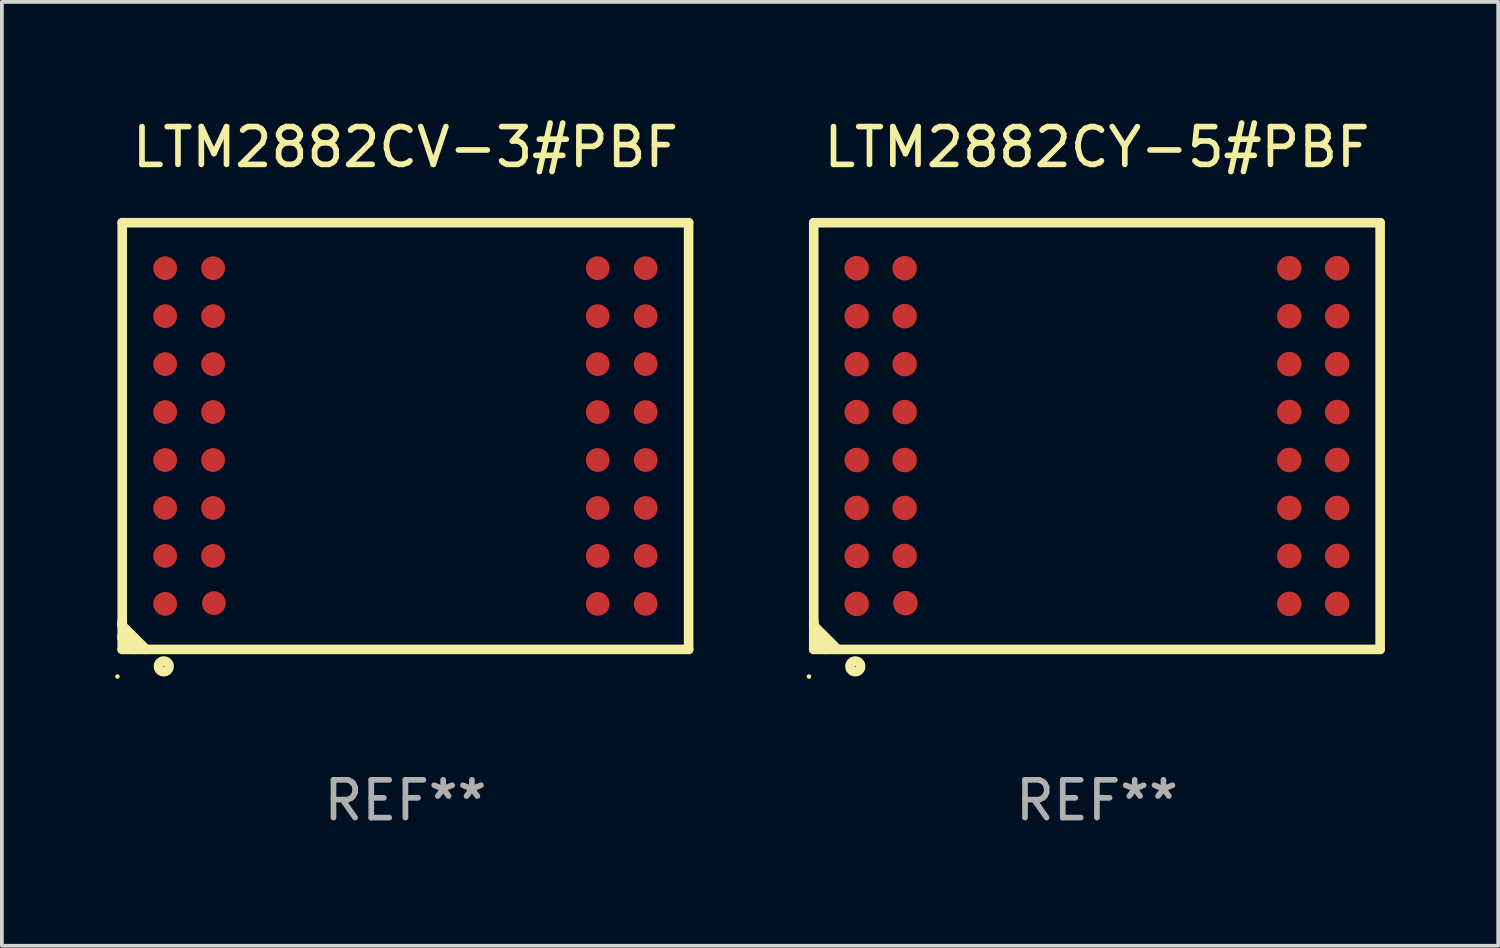
<source format=kicad_pcb>
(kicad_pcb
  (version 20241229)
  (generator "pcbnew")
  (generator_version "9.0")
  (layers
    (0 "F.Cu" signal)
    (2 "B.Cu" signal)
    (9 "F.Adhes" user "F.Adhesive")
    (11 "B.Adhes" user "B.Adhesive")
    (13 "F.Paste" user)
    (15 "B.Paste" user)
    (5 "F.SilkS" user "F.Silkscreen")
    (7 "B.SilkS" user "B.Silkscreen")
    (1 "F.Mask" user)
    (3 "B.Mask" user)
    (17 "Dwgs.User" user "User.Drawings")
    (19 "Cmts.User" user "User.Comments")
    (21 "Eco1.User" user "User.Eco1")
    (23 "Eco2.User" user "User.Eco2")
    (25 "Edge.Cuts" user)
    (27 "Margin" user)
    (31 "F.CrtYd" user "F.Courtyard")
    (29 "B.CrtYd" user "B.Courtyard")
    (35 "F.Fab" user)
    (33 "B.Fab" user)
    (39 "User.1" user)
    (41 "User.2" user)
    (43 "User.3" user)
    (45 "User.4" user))
  (footprint "LTM2882CV-3#PBF"
    (layer "F.Cu")
    (at 7.687 8.498)
    (property "Reference" "LTM2882CV-3#PBF" (at 0 -7.65 0) (layer "F.SilkS") (effects (font (size 1 1) (thickness 0.15))))
    (attr through_hole)
    (fp_line (start -7.5 -5.65) (end -7.5 5.65) (stroke (width 0.254) (type solid)) (layer "F.SilkS"))
    (fp_line (start -7.5 -5.65) (end 7.5 -5.65) (stroke (width 0.254) (type solid)) (layer "F.SilkS"))
    (fp_line (start -7.5 4.911) (end -7.5 5.02) (stroke (width 0.254) (type solid)) (layer "F.SilkS"))
    (fp_line (start -7.5 5.02) (end -6.87 5.65) (stroke (width 0.254) (type solid)) (layer "F.SilkS"))
    (fp_line (start -7.5 5.286) (end -7.5 5.347) (stroke (width 0.254) (type solid)) (layer "F.SilkS"))
    (fp_line (start -7.5 5.347) (end -7.197 5.65) (stroke (width 0.254) (type solid)) (layer "F.SilkS"))
    (fp_line (start -7.5 5.65) (end 7.5 5.65) (stroke (width 0.254) (type solid)) (layer "F.SilkS"))
    (fp_line (start 7.5 -5.65) (end 7.5 5.65) (stroke (width 0.254) (type solid)) (layer "F.SilkS"))
    (fp_circle (center -7.627 6.369) (end -7.597 6.369) (stroke (width 0.06) (type solid)) (fill no) (layer "F.SilkS"))
    (fp_circle (center -6.4 6.1) (end -6.259 6.1) (stroke (width 0.254) (type solid)) (fill no) (layer "F.SilkS"))
    (fp_text user "REF**" (at 0 9.65 0) (layer "F.Fab") (effects (font (size 1 1) (thickness 0.15))))
    (pad "A1" smd circle (at -6.363 4.445) (size 0.63 0.63) (layers "F.Cu" "F.Mask" "F.Paste"))
    (pad "A2" smd circle (at -6.363 3.175) (size 0.63 0.63) (layers "F.Cu" "F.Mask" "F.Paste"))
    (pad "A3" smd circle (at -6.363 1.905) (size 0.63 0.63) (layers "F.Cu" "F.Mask" "F.Paste"))
    (pad "A4" smd circle (at -6.363 0.635) (size 0.63 0.63) (layers "F.Cu" "F.Mask" "F.Paste"))
    (pad "A5" smd circle (at -6.363 -0.635) (size 0.63 0.63) (layers "F.Cu" "F.Mask" "F.Paste"))
    (pad "A6" smd circle (at -6.363 -1.905) (size 0.63 0.63) (layers "F.Cu" "F.Mask" "F.Paste"))
    (pad "A7" smd circle (at -6.363 -3.175) (size 0.63 0.63) (layers "F.Cu" "F.Mask" "F.Paste"))
    (pad "A8" smd circle (at -6.363 -4.445) (size 0.63 0.63) (layers "F.Cu" "F.Mask" "F.Paste"))
    (pad "B1" smd circle (at -5.072 4.425) (size 0.63 0.63) (layers "F.Cu" "F.Mask" "F.Paste"))
    (pad "B2" smd circle (at -5.093 3.175) (size 0.63 0.63) (layers "F.Cu" "F.Mask" "F.Paste"))
    (pad "B3" smd circle (at -5.093 1.905) (size 0.63 0.63) (layers "F.Cu" "F.Mask" "F.Paste"))
    (pad "B4" smd circle (at -5.093 0.635) (size 0.63 0.63) (layers "F.Cu" "F.Mask" "F.Paste"))
    (pad "B5" smd circle (at -5.093 -0.635) (size 0.63 0.63) (layers "F.Cu" "F.Mask" "F.Paste"))
    (pad "B6" smd circle (at -5.093 -1.905) (size 0.63 0.63) (layers "F.Cu" "F.Mask" "F.Paste"))
    (pad "B7" smd circle (at -5.093 -3.175) (size 0.63 0.63) (layers "F.Cu" "F.Mask" "F.Paste"))
    (pad "B8" smd circle (at -5.093 -4.445) (size 0.63 0.63) (layers "F.Cu" "F.Mask" "F.Paste"))
    (pad "K1" smd circle (at 5.093 4.445) (size 0.63 0.63) (layers "F.Cu" "F.Mask" "F.Paste"))
    (pad "K2" smd circle (at 5.093 3.175) (size 0.63 0.63) (layers "F.Cu" "F.Mask" "F.Paste"))
    (pad "K3" smd circle (at 5.093 1.905) (size 0.63 0.63) (layers "F.Cu" "F.Mask" "F.Paste"))
    (pad "K4" smd circle (at 5.093 0.635) (size 0.63 0.63) (layers "F.Cu" "F.Mask" "F.Paste"))
    (pad "K5" smd circle (at 5.093 -0.635) (size 0.63 0.63) (layers "F.Cu" "F.Mask" "F.Paste"))
    (pad "K6" smd circle (at 5.093 -1.905) (size 0.63 0.63) (layers "F.Cu" "F.Mask" "F.Paste"))
    (pad "K7" smd circle (at 5.093 -3.175) (size 0.63 0.63) (layers "F.Cu" "F.Mask" "F.Paste"))
    (pad "K8" smd circle (at 5.093 -4.445) (size 0.63 0.63) (layers "F.Cu" "F.Mask" "F.Paste"))
    (pad "L1" smd circle (at 6.363 4.445) (size 0.63 0.63) (layers "F.Cu" "F.Mask" "F.Paste"))
    (pad "L2" smd circle (at 6.363 3.175) (size 0.63 0.63) (layers "F.Cu" "F.Mask" "F.Paste"))
    (pad "L3" smd circle (at 6.363 1.905) (size 0.63 0.63) (layers "F.Cu" "F.Mask" "F.Paste"))
    (pad "L4" smd circle (at 6.363 0.635) (size 0.63 0.63) (layers "F.Cu" "F.Mask" "F.Paste"))
    (pad "L5" smd circle (at 6.363 -0.635) (size 0.63 0.63) (layers "F.Cu" "F.Mask" "F.Paste"))
    (pad "L6" smd circle (at 6.363 -1.905) (size 0.63 0.63) (layers "F.Cu" "F.Mask" "F.Paste"))
    (pad "L7" smd circle (at 6.363 -3.175) (size 0.63 0.63) (layers "F.Cu" "F.Mask" "F.Paste"))
    (pad "L8" smd circle (at 6.363 -4.445) (size 0.63 0.63) (layers "F.Cu" "F.Mask" "F.Paste")))
  (footprint "LTM2882CY-5#PBF"
    (layer "F.Cu")
    (at 26.001 8.498)
    (property "Reference" "LTM2882CY-5#PBF" (at 0 -7.65 0) (layer "F.SilkS") (effects (font (size 1 1) (thickness 0.15))))
    (attr through_hole)
    (fp_line (start -7.5 -5.65) (end -7.5 5.65) (stroke (width 0.254) (type solid)) (layer "F.SilkS"))
    (fp_line (start -7.5 -5.65) (end 7.5 -5.65) (stroke (width 0.254) (type solid)) (layer "F.SilkS"))
    (fp_line (start -7.5 4.911) (end -7.5 5.02) (stroke (width 0.254) (type solid)) (layer "F.SilkS"))
    (fp_line (start -7.5 5.02) (end -6.87 5.65) (stroke (width 0.254) (type solid)) (layer "F.SilkS"))
    (fp_line (start -7.5 5.286) (end -7.5 5.347) (stroke (width 0.254) (type solid)) (layer "F.SilkS"))
    (fp_line (start -7.5 5.347) (end -7.197 5.65) (stroke (width 0.254) (type solid)) (layer "F.SilkS"))
    (fp_line (start -7.5 5.65) (end 7.5 5.65) (stroke (width 0.254) (type solid)) (layer "F.SilkS"))
    (fp_line (start 7.5 -5.65) (end 7.5 5.65) (stroke (width 0.254) (type solid)) (layer "F.SilkS"))
    (fp_circle (center -7.627 6.369) (end -7.597 6.369) (stroke (width 0.06) (type solid)) (fill no) (layer "F.SilkS"))
    (fp_circle (center -6.4 6.1) (end -6.259 6.1) (stroke (width 0.254) (type solid)) (fill no) (layer "F.SilkS"))
    (fp_text user "REF**" (at 0 9.65 0) (layer "F.Fab") (effects (font (size 1 1) (thickness 0.15))))
    (pad "A1" smd circle (at -6.363 4.445) (size 0.65 0.65) (layers "F.Cu" "F.Mask" "F.Paste"))
    (pad "A2" smd circle (at -6.363 3.175) (size 0.65 0.65) (layers "F.Cu" "F.Mask" "F.Paste"))
    (pad "A3" smd circle (at -6.363 1.905) (size 0.65 0.65) (layers "F.Cu" "F.Mask" "F.Paste"))
    (pad "A4" smd circle (at -6.363 0.635) (size 0.65 0.65) (layers "F.Cu" "F.Mask" "F.Paste"))
    (pad "A5" smd circle (at -6.363 -0.635) (size 0.65 0.65) (layers "F.Cu" "F.Mask" "F.Paste"))
    (pad "A6" smd circle (at -6.363 -1.905) (size 0.65 0.65) (layers "F.Cu" "F.Mask" "F.Paste"))
    (pad "A7" smd circle (at -6.363 -3.175) (size 0.65 0.65) (layers "F.Cu" "F.Mask" "F.Paste"))
    (pad "A8" smd circle (at -6.363 -4.445) (size 0.65 0.65) (layers "F.Cu" "F.Mask" "F.Paste"))
    (pad "B1" smd circle (at -5.072 4.425) (size 0.65 0.65) (layers "F.Cu" "F.Mask" "F.Paste"))
    (pad "B2" smd circle (at -5.093 3.175) (size 0.65 0.65) (layers "F.Cu" "F.Mask" "F.Paste"))
    (pad "B3" smd circle (at -5.093 1.905) (size 0.65 0.65) (layers "F.Cu" "F.Mask" "F.Paste"))
    (pad "B4" smd circle (at -5.093 0.635) (size 0.65 0.65) (layers "F.Cu" "F.Mask" "F.Paste"))
    (pad "B5" smd circle (at -5.093 -0.635) (size 0.65 0.65) (layers "F.Cu" "F.Mask" "F.Paste"))
    (pad "B6" smd circle (at -5.093 -1.905) (size 0.65 0.65) (layers "F.Cu" "F.Mask" "F.Paste"))
    (pad "B7" smd circle (at -5.093 -3.175) (size 0.65 0.65) (layers "F.Cu" "F.Mask" "F.Paste"))
    (pad "B8" smd circle (at -5.093 -4.445) (size 0.65 0.65) (layers "F.Cu" "F.Mask" "F.Paste"))
    (pad "K1" smd circle (at 5.093 4.445) (size 0.65 0.65) (layers "F.Cu" "F.Mask" "F.Paste"))
    (pad "K2" smd circle (at 5.093 3.175) (size 0.65 0.65) (layers "F.Cu" "F.Mask" "F.Paste"))
    (pad "K3" smd circle (at 5.093 1.905) (size 0.65 0.65) (layers "F.Cu" "F.Mask" "F.Paste"))
    (pad "K4" smd circle (at 5.093 0.635) (size 0.65 0.65) (layers "F.Cu" "F.Mask" "F.Paste"))
    (pad "K5" smd circle (at 5.093 -0.635) (size 0.65 0.65) (layers "F.Cu" "F.Mask" "F.Paste"))
    (pad "K6" smd circle (at 5.093 -1.905) (size 0.65 0.65) (layers "F.Cu" "F.Mask" "F.Paste"))
    (pad "K7" smd circle (at 5.093 -3.175) (size 0.65 0.65) (layers "F.Cu" "F.Mask" "F.Paste"))
    (pad "K8" smd circle (at 5.093 -4.445) (size 0.65 0.65) (layers "F.Cu" "F.Mask" "F.Paste"))
    (pad "L1" smd circle (at 6.363 4.445) (size 0.65 0.65) (layers "F.Cu" "F.Mask" "F.Paste"))
    (pad "L2" smd circle (at 6.363 3.175) (size 0.65 0.65) (layers "F.Cu" "F.Mask" "F.Paste"))
    (pad "L3" smd circle (at 6.363 1.905) (size 0.65 0.65) (layers "F.Cu" "F.Mask" "F.Paste"))
    (pad "L4" smd circle (at 6.363 0.635) (size 0.65 0.65) (layers "F.Cu" "F.Mask" "F.Paste"))
    (pad "L5" smd circle (at 6.363 -0.635) (size 0.65 0.65) (layers "F.Cu" "F.Mask" "F.Paste"))
    (pad "L6" smd circle (at 6.363 -1.905) (size 0.65 0.65) (layers "F.Cu" "F.Mask" "F.Paste"))
    (pad "L7" smd circle (at 6.363 -3.175) (size 0.65 0.65) (layers "F.Cu" "F.Mask" "F.Paste"))
    (pad "L8" smd circle (at 6.363 -4.445) (size 0.65 0.65) (layers "F.Cu" "F.Mask" "F.Paste")))
  (gr_rect
    (start -3 -3)
    (end 36.628 21.997)
    (stroke (width 0.1) (type default))
    (fill no)
    (layer "Edge.Cuts")))
</source>
